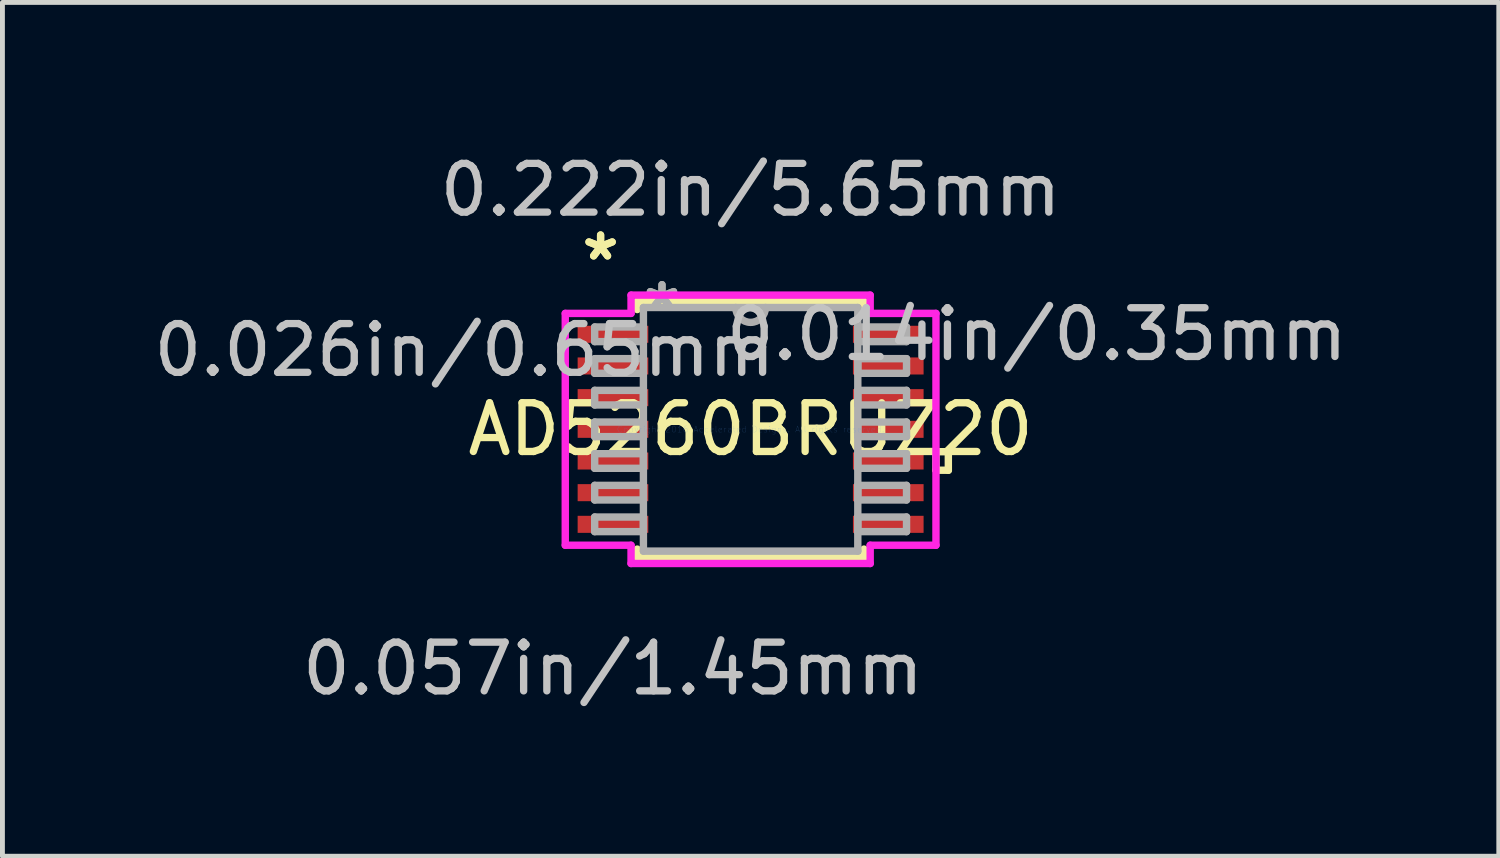
<source format=kicad_pcb>
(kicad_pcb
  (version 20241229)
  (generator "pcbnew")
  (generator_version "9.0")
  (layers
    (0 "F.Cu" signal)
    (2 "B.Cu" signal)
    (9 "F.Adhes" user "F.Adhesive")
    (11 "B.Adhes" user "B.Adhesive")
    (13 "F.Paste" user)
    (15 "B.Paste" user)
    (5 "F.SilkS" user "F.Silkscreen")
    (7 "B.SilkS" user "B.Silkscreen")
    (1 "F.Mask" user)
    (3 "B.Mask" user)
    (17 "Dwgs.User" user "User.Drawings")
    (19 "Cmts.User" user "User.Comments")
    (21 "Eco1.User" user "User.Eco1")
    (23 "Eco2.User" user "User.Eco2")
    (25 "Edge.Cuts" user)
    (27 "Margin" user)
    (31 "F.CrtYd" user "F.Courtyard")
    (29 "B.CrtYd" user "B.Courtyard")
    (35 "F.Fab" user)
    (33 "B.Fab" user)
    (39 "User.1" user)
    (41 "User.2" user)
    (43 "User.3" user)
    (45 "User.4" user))
  (footprint "AD5260BRUZ20"
    (layer "F.Cu")
    (at 12.355 5.761)
    (property "Reference" "AD5260BRUZ20" (at 0 0 0) (layer "F.SilkS") (effects (font (size 1 1) (thickness 0.15))))
    (attr through_hole)
    (fp_line (start -2.327 -2.627) (end -2.327 -2.458) (stroke (width 0.152) (type solid)) (layer "F.SilkS"))
    (fp_line (start -2.327 2.458) (end -2.327 2.627) (stroke (width 0.152) (type solid)) (layer "F.SilkS"))
    (fp_line (start -2.327 2.627) (end 2.327 2.627) (stroke (width 0.152) (type solid)) (layer "F.SilkS"))
    (fp_line (start 2.327 -2.627) (end -2.327 -2.627) (stroke (width 0.152) (type solid)) (layer "F.SilkS"))
    (fp_line (start 2.327 -2.458) (end 2.327 -2.627) (stroke (width 0.152) (type solid)) (layer "F.SilkS"))
    (fp_line (start 2.327 2.627) (end 2.327 2.458) (stroke (width 0.152) (type solid)) (layer "F.SilkS"))
    (fp_line (start 3.804 0.459) (end 4.058 0.459) (stroke (width 0.152) (type solid)) (layer "F.SilkS"))
    (fp_line (start 3.804 0.84) (end 3.804 0.459) (stroke (width 0.152) (type solid)) (layer "F.SilkS"))
    (fp_line (start 4.058 0.459) (end 4.058 0.84) (stroke (width 0.152) (type solid)) (layer "F.SilkS"))
    (fp_line (start 4.058 0.84) (end 3.804 0.84) (stroke (width 0.152) (type solid)) (layer "F.SilkS"))
    (fp_line (start -3.804 -2.379) (end -2.454 -2.379) (stroke (width 0.152) (type solid)) (layer "F.CrtYd"))
    (fp_line (start -3.804 2.379) (end -3.804 -2.379) (stroke (width 0.152) (type solid)) (layer "F.CrtYd"))
    (fp_line (start -2.454 -2.754) (end 2.454 -2.754) (stroke (width 0.152) (type solid)) (layer "F.CrtYd"))
    (fp_line (start -2.454 -2.379) (end -2.454 -2.754) (stroke (width 0.152) (type solid)) (layer "F.CrtYd"))
    (fp_line (start -2.454 2.379) (end -3.804 2.379) (stroke (width 0.152) (type solid)) (layer "F.CrtYd"))
    (fp_line (start -2.454 2.754) (end -2.454 2.379) (stroke (width 0.152) (type solid)) (layer "F.CrtYd"))
    (fp_line (start 2.454 -2.754) (end 2.454 -2.379) (stroke (width 0.152) (type solid)) (layer "F.CrtYd"))
    (fp_line (start 2.454 -2.379) (end 3.804 -2.379) (stroke (width 0.152) (type solid)) (layer "F.CrtYd"))
    (fp_line (start 2.454 2.379) (end 2.454 2.754) (stroke (width 0.152) (type solid)) (layer "F.CrtYd"))
    (fp_line (start 2.454 2.754) (end -2.454 2.754) (stroke (width 0.152) (type solid)) (layer "F.CrtYd"))
    (fp_line (start 3.804 -2.379) (end 3.804 2.379) (stroke (width 0.152) (type solid)) (layer "F.CrtYd"))
    (fp_line (start 3.804 2.379) (end 2.454 2.379) (stroke (width 0.152) (type solid)) (layer "F.CrtYd"))
    (fp_line (start -3.2 -2.1) (end -3.2 -1.8) (stroke (width 0.152) (type solid)) (layer "F.Fab"))
    (fp_line (start -3.2 -1.8) (end -2.2 -1.8) (stroke (width 0.152) (type solid)) (layer "F.Fab"))
    (fp_line (start -3.2 -1.45) (end -3.2 -1.15) (stroke (width 0.152) (type solid)) (layer "F.Fab"))
    (fp_line (start -3.2 -1.15) (end -2.2 -1.15) (stroke (width 0.152) (type solid)) (layer "F.Fab"))
    (fp_line (start -3.2 -0.8) (end -3.2 -0.5) (stroke (width 0.152) (type solid)) (layer "F.Fab"))
    (fp_line (start -3.2 -0.5) (end -2.2 -0.5) (stroke (width 0.152) (type solid)) (layer "F.Fab"))
    (fp_line (start -3.2 -0.15) (end -3.2 0.15) (stroke (width 0.152) (type solid)) (layer "F.Fab"))
    (fp_line (start -3.2 0.15) (end -2.2 0.15) (stroke (width 0.152) (type solid)) (layer "F.Fab"))
    (fp_line (start -3.2 0.5) (end -3.2 0.8) (stroke (width 0.152) (type solid)) (layer "F.Fab"))
    (fp_line (start -3.2 0.8) (end -2.2 0.8) (stroke (width 0.152) (type solid)) (layer "F.Fab"))
    (fp_line (start -3.2 1.15) (end -3.2 1.45) (stroke (width 0.152) (type solid)) (layer "F.Fab"))
    (fp_line (start -3.2 1.45) (end -2.2 1.45) (stroke (width 0.152) (type solid)) (layer "F.Fab"))
    (fp_line (start -3.2 1.8) (end -3.2 2.1) (stroke (width 0.152) (type solid)) (layer "F.Fab"))
    (fp_line (start -3.2 2.1) (end -2.2 2.1) (stroke (width 0.152) (type solid)) (layer "F.Fab"))
    (fp_line (start -2.2 -2.5) (end -2.2 2.5) (stroke (width 0.152) (type solid)) (layer "F.Fab"))
    (fp_line (start -2.2 -2.1) (end -3.2 -2.1) (stroke (width 0.152) (type solid)) (layer "F.Fab"))
    (fp_line (start -2.2 -1.8) (end -2.2 -2.1) (stroke (width 0.152) (type solid)) (layer "F.Fab"))
    (fp_line (start -2.2 -1.45) (end -3.2 -1.45) (stroke (width 0.152) (type solid)) (layer "F.Fab"))
    (fp_line (start -2.2 -1.15) (end -2.2 -1.45) (stroke (width 0.152) (type solid)) (layer "F.Fab"))
    (fp_line (start -2.2 -0.8) (end -3.2 -0.8) (stroke (width 0.152) (type solid)) (layer "F.Fab"))
    (fp_line (start -2.2 -0.5) (end -2.2 -0.8) (stroke (width 0.152) (type solid)) (layer "F.Fab"))
    (fp_line (start -2.2 -0.15) (end -3.2 -0.15) (stroke (width 0.152) (type solid)) (layer "F.Fab"))
    (fp_line (start -2.2 0.15) (end -2.2 -0.15) (stroke (width 0.152) (type solid)) (layer "F.Fab"))
    (fp_line (start -2.2 0.5) (end -3.2 0.5) (stroke (width 0.152) (type solid)) (layer "F.Fab"))
    (fp_line (start -2.2 0.8) (end -2.2 0.5) (stroke (width 0.152) (type solid)) (layer "F.Fab"))
    (fp_line (start -2.2 1.15) (end -3.2 1.15) (stroke (width 0.152) (type solid)) (layer "F.Fab"))
    (fp_line (start -2.2 1.45) (end -2.2 1.15) (stroke (width 0.152) (type solid)) (layer "F.Fab"))
    (fp_line (start -2.2 1.8) (end -3.2 1.8) (stroke (width 0.152) (type solid)) (layer "F.Fab"))
    (fp_line (start -2.2 2.1) (end -2.2 1.8) (stroke (width 0.152) (type solid)) (layer "F.Fab"))
    (fp_line (start -2.2 2.5) (end 2.2 2.5) (stroke (width 0.152) (type solid)) (layer "F.Fab"))
    (fp_line (start 2.2 -2.5) (end -2.2 -2.5) (stroke (width 0.152) (type solid)) (layer "F.Fab"))
    (fp_line (start 2.2 -2.1) (end 2.2 -1.8) (stroke (width 0.152) (type solid)) (layer "F.Fab"))
    (fp_line (start 2.2 -1.8) (end 3.2 -1.8) (stroke (width 0.152) (type solid)) (layer "F.Fab"))
    (fp_line (start 2.2 -1.45) (end 2.2 -1.15) (stroke (width 0.152) (type solid)) (layer "F.Fab"))
    (fp_line (start 2.2 -1.15) (end 3.2 -1.15) (stroke (width 0.152) (type solid)) (layer "F.Fab"))
    (fp_line (start 2.2 -0.8) (end 2.2 -0.5) (stroke (width 0.152) (type solid)) (layer "F.Fab"))
    (fp_line (start 2.2 -0.5) (end 3.2 -0.5) (stroke (width 0.152) (type solid)) (layer "F.Fab"))
    (fp_line (start 2.2 -0.15) (end 2.2 0.15) (stroke (width 0.152) (type solid)) (layer "F.Fab"))
    (fp_line (start 2.2 0.15) (end 3.2 0.15) (stroke (width 0.152) (type solid)) (layer "F.Fab"))
    (fp_line (start 2.2 0.5) (end 2.2 0.8) (stroke (width 0.152) (type solid)) (layer "F.Fab"))
    (fp_line (start 2.2 0.8) (end 3.2 0.8) (stroke (width 0.152) (type solid)) (layer "F.Fab"))
    (fp_line (start 2.2 1.15) (end 2.2 1.45) (stroke (width 0.152) (type solid)) (layer "F.Fab"))
    (fp_line (start 2.2 1.45) (end 3.2 1.45) (stroke (width 0.152) (type solid)) (layer "F.Fab"))
    (fp_line (start 2.2 1.8) (end 2.2 2.1) (stroke (width 0.152) (type solid)) (layer "F.Fab"))
    (fp_line (start 2.2 2.1) (end 3.2 2.1) (stroke (width 0.152) (type solid)) (layer "F.Fab"))
    (fp_line (start 2.2 2.5) (end 2.2 -2.5) (stroke (width 0.152) (type solid)) (layer "F.Fab"))
    (fp_line (start 3.2 -2.1) (end 2.2 -2.1) (stroke (width 0.152) (type solid)) (layer "F.Fab"))
    (fp_line (start 3.2 -1.8) (end 3.2 -2.1) (stroke (width 0.152) (type solid)) (layer "F.Fab"))
    (fp_line (start 3.2 -1.45) (end 2.2 -1.45) (stroke (width 0.152) (type solid)) (layer "F.Fab"))
    (fp_line (start 3.2 -1.15) (end 3.2 -1.45) (stroke (width 0.152) (type solid)) (layer "F.Fab"))
    (fp_line (start 3.2 -0.8) (end 2.2 -0.8) (stroke (width 0.152) (type solid)) (layer "F.Fab"))
    (fp_line (start 3.2 -0.5) (end 3.2 -0.8) (stroke (width 0.152) (type solid)) (layer "F.Fab"))
    (fp_line (start 3.2 -0.15) (end 2.2 -0.15) (stroke (width 0.152) (type solid)) (layer "F.Fab"))
    (fp_line (start 3.2 0.15) (end 3.2 -0.15) (stroke (width 0.152) (type solid)) (layer "F.Fab"))
    (fp_line (start 3.2 0.5) (end 2.2 0.5) (stroke (width 0.152) (type solid)) (layer "F.Fab"))
    (fp_line (start 3.2 0.8) (end 3.2 0.5) (stroke (width 0.152) (type solid)) (layer "F.Fab"))
    (fp_line (start 3.2 1.15) (end 2.2 1.15) (stroke (width 0.152) (type solid)) (layer "F.Fab"))
    (fp_line (start 3.2 1.45) (end 3.2 1.15) (stroke (width 0.152) (type solid)) (layer "F.Fab"))
    (fp_line (start 3.2 1.8) (end 2.2 1.8) (stroke (width 0.152) (type solid)) (layer "F.Fab"))
    (fp_line (start 3.2 2.1) (end 3.2 1.8) (stroke (width 0.152) (type solid)) (layer "F.Fab"))
    (fp_arc (start 0.3048 -2.5) (mid 0 -2.1952) (end -0.3048 -2.5) (stroke (width 0.1524) (type solid)) (layer "F.Fab"))
    (fp_text user "*" (at -3.079 -3.443 0) (layer "F.SilkS") (effects (font (size 1 1) (thickness 0.15))))
    (fp_text user "*" (at -3.079 -3.443 0) (layer "F.SilkS") (effects (font (size 1 1) (thickness 0.15))))
    (fp_text user "0.026in/0.65mm" (at -5.873 -1.625 0) (layer "Dwgs.User") (effects (font (size 1 1) (thickness 0.15))))
    (fp_text user "0.057in/1.45mm" (at -2.825 4.913 0) (layer "Dwgs.User") (effects (font (size 1 1) (thickness 0.15))))
    (fp_text user "0.222in/5.65mm" (at 0 -4.913 0) (layer "Dwgs.User") (effects (font (size 1 1) (thickness 0.15))))
    (fp_text user "0.014in/0.35mm" (at 5.873 -1.95 0) (layer "Dwgs.User") (effects (font (size 1 1) (thickness 0.15))))
    (fp_text user "Copyright 2016 Accelerated Designs. All rights reserved." (at 0 0 0) (layer "Cmts.User") (effects (font (size 0.127 0.127) (thickness 0.002))))
    (fp_text user "*" (at -1.819 -2.424 0) (layer "F.Fab") (effects (font (size 1 1) (thickness 0.15))))
    (fp_text user "*" (at -1.819 -2.424 0) (layer "F.Fab") (effects (font (size 1 1) (thickness 0.15))))
    (pad "1" smd rect (at -2.825 -1.95) (size 1.45 0.35) (layers "F.Cu" "F.Mask" "F.Paste"))
    (pad "2" smd rect (at -2.825 -1.3) (size 1.45 0.35) (layers "F.Cu" "F.Mask" "F.Paste"))
    (pad "3" smd rect (at -2.825 -0.65) (size 1.45 0.35) (layers "F.Cu" "F.Mask" "F.Paste"))
    (pad "4" smd rect (at -2.825 0) (size 1.45 0.35) (layers "F.Cu" "F.Mask" "F.Paste"))
    (pad "5" smd rect (at -2.825 0.65) (size 1.45 0.35) (layers "F.Cu" "F.Mask" "F.Paste"))
    (pad "6" smd rect (at -2.825 1.3) (size 1.45 0.35) (layers "F.Cu" "F.Mask" "F.Paste"))
    (pad "7" smd rect (at -2.825 1.95) (size 1.45 0.35) (layers "F.Cu" "F.Mask" "F.Paste"))
    (pad "8" smd rect (at 2.825 1.95) (size 1.45 0.35) (layers "F.Cu" "F.Mask" "F.Paste"))
    (pad "9" smd rect (at 2.825 1.3) (size 1.45 0.35) (layers "F.Cu" "F.Mask" "F.Paste"))
    (pad "10" smd rect (at 2.825 0.65) (size 1.45 0.35) (layers "F.Cu" "F.Mask" "F.Paste"))
    (pad "11" smd rect (at 2.825 0) (size 1.45 0.35) (layers "F.Cu" "F.Mask" "F.Paste"))
    (pad "12" smd rect (at 2.825 -0.65) (size 1.45 0.35) (layers "F.Cu" "F.Mask" "F.Paste"))
    (pad "13" smd rect (at 2.825 -1.3) (size 1.45 0.35) (layers "F.Cu" "F.Mask" "F.Paste"))
    (pad "14" smd rect (at 2.825 -1.95) (size 1.45 0.35) (layers "F.Cu" "F.Mask" "F.Paste")))
  (gr_rect
    (start -3 -3)
    (end 27.71 14.523)
    (stroke (width 0.1) (type default))
    (fill no)
    (layer "Edge.Cuts")))
</source>
